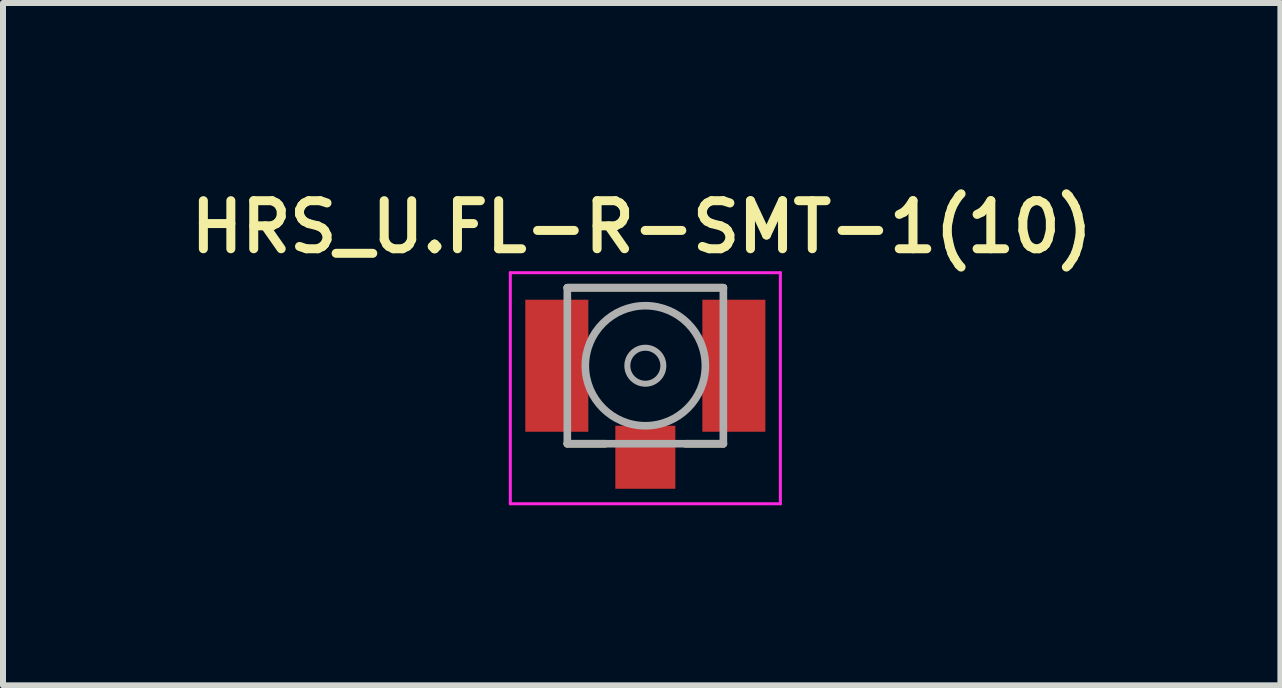
<source format=kicad_pcb>
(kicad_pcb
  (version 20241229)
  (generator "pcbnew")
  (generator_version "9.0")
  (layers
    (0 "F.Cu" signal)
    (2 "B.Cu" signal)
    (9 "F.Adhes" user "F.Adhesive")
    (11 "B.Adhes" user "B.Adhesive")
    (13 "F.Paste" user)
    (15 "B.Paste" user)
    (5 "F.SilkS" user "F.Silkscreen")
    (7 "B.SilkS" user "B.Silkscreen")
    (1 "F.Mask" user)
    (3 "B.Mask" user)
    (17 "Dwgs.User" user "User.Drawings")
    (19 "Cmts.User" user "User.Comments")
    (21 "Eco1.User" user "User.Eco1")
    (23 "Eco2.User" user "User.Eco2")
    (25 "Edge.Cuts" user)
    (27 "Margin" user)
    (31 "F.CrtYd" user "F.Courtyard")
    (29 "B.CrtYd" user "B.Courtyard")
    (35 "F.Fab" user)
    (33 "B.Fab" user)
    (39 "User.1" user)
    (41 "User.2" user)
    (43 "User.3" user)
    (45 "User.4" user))
  (footprint "HRS_U.FL-R-SMT-1(10)"
    (layer "F.Cu")
    (at 7.703 3.044)
    (property "Reference" "HRS_U.FL-R-SMT-1(10)" (at -0.06 -2.312 0) (layer "F.SilkS") (effects (font (size 0.801 0.801) (thickness 0.15))))
    (attr through_hole)
    (fp_line (start -1.3 -1.3) (end 1.3 -1.3) (stroke (width 0.127) (type solid)) (layer "F.SilkS"))
    (fp_line (start -1.3 1.3) (end -0.67 1.3) (stroke (width 0.127) (type solid)) (layer "F.SilkS"))
    (fp_line (start 1.3 1.3) (end 0.67 1.3) (stroke (width 0.127) (type solid)) (layer "F.SilkS"))
    (fp_line (start -2.25 -1.55) (end 2.25 -1.55) (stroke (width 0.05) (type solid)) (layer "F.CrtYd"))
    (fp_line (start -2.25 2.3) (end -2.25 -1.55) (stroke (width 0.05) (type solid)) (layer "F.CrtYd"))
    (fp_line (start 2.25 -1.55) (end 2.25 2.3) (stroke (width 0.05) (type solid)) (layer "F.CrtYd"))
    (fp_line (start 2.25 2.3) (end -2.25 2.3) (stroke (width 0.05) (type solid)) (layer "F.CrtYd"))
    (fp_line (start -1.3 -1.3) (end 1.3 -1.3) (stroke (width 0.127) (type solid)) (layer "F.Fab"))
    (fp_line (start -1.3 1.3) (end -1.3 -1.3) (stroke (width 0.127) (type solid)) (layer "F.Fab"))
    (fp_line (start 1.3 -1.3) (end 1.3 1.3) (stroke (width 0.127) (type solid)) (layer "F.Fab"))
    (fp_line (start 1.3 1.3) (end -1.3 1.3) (stroke (width 0.127) (type solid)) (layer "F.Fab"))
    (fp_circle (center 0 0) (end 0.3 0) (stroke (width 0.1) (type solid)) (fill no) (layer "F.Fab"))
    (fp_circle (center 0 0) (end 1 0) (stroke (width 0.127) (type solid)) (fill no) (layer "F.Fab"))
    (pad "1" smd rect (at -1.475 0) (size 1.05 2.2) (layers "F.Cu" "F.Mask" "F.Paste"))
    (pad "2" smd rect (at 0 1.525) (size 1 1.05) (layers "F.Cu" "F.Mask" "F.Paste"))
    (pad "3" smd rect (at 1.475 0) (size 1.05 2.2) (layers "F.Cu" "F.Mask" "F.Paste"))
    (zone (net_name "") (layer "F.Cu") (hatch full 0.508) (connect_pads) (min_thickness 0.01) (filled_areas_thickness no) (keepout (tracks not_allowed) (vias not_allowed) (pads not_allowed) (copperpour not_allowed) (footprints allowed)) (placement (enabled no)) (fill) (polygon (pts (xy 6.753 1.944) (xy 8.653 1.944) (xy 8.653 4.044) (xy 6.753 4.044)))))
  (gr_rect
    (start -3 -3)
    (end 18.285 8.369)
    (stroke (width 0.1) (type default))
    (fill no)
    (layer "Edge.Cuts")))
</source>
